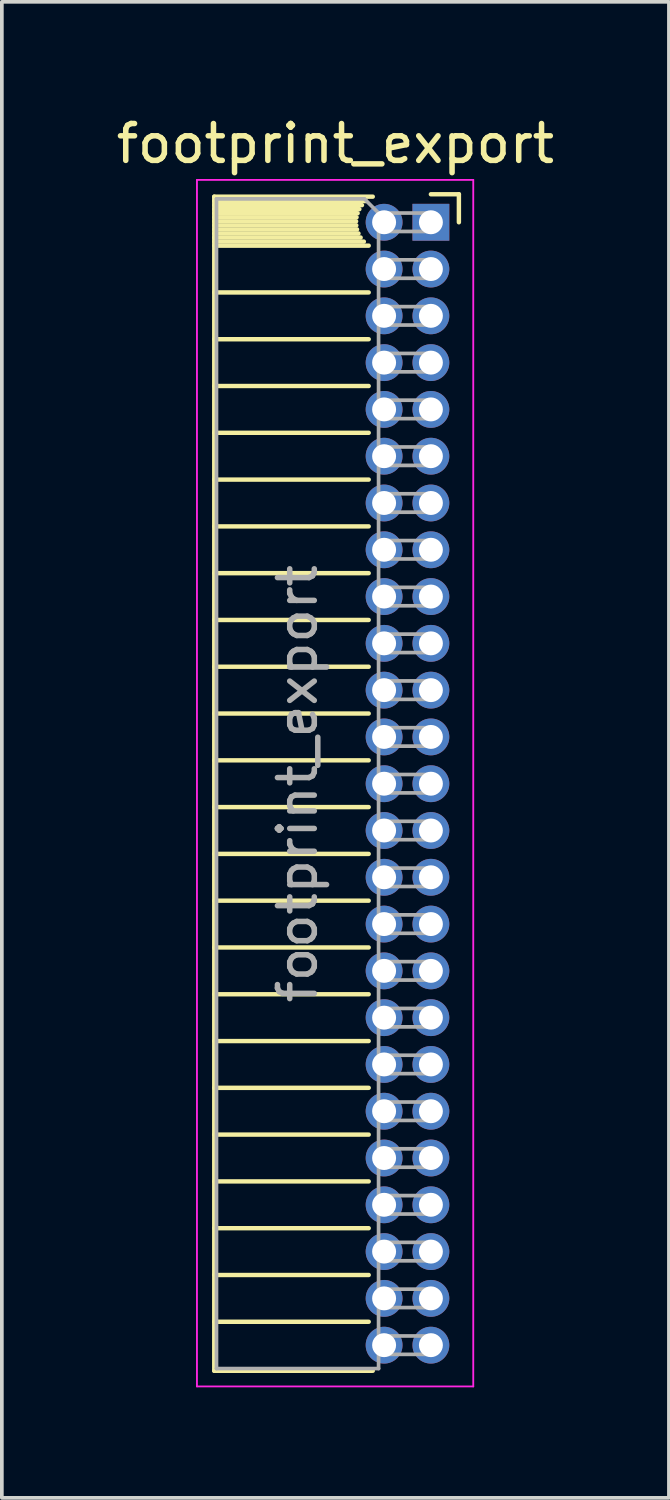
<source format=kicad_pcb>
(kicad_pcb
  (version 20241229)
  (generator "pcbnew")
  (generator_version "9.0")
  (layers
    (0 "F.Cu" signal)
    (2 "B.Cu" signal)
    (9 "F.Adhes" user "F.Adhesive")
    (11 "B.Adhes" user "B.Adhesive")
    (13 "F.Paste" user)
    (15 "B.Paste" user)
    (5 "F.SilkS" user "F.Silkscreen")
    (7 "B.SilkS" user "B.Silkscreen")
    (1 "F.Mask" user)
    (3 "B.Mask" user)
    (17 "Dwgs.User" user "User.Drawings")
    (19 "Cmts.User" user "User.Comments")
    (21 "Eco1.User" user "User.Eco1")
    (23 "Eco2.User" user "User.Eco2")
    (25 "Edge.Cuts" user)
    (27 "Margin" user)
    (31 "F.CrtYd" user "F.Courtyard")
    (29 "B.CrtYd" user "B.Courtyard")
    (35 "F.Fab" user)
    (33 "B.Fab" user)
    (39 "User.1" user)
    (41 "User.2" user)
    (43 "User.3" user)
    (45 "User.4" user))
  (footprint "footprint_export"
    (layer "F.Cu")
    (at 8.646 2.983)
    (property "Reference" "footprint_export" (at -2.592 -2.135 0) (layer "F.SilkS") (effects (font (size 1 1) (thickness 0.15))))
    (attr through_hole)
    (fp_line (start -5.88 -0.695) (end -5.88 31.175) (stroke (width 0.12) (type solid)) (layer "F.SilkS"))
    (fp_line (start -5.88 -0.695) (end -1.578 -0.695) (stroke (width 0.12) (type solid)) (layer "F.SilkS"))
    (fp_line (start -5.88 -0.575) (end -1.767 -0.575) (stroke (width 0.12) (type solid)) (layer "F.SilkS"))
    (fp_line (start -5.88 -0.465) (end -1.871 -0.465) (stroke (width 0.12) (type solid)) (layer "F.SilkS"))
    (fp_line (start -5.88 -0.355) (end -1.942 -0.355) (stroke (width 0.12) (type solid)) (layer "F.SilkS"))
    (fp_line (start -5.88 -0.245) (end -1.989 -0.245) (stroke (width 0.12) (type solid)) (layer "F.SilkS"))
    (fp_line (start -5.88 -0.135) (end -2.018 -0.135) (stroke (width 0.12) (type solid)) (layer "F.SilkS"))
    (fp_line (start -5.88 -0.025) (end -2.03 -0.025) (stroke (width 0.12) (type solid)) (layer "F.SilkS"))
    (fp_line (start -5.88 0.085) (end -2.025 0.085) (stroke (width 0.12) (type solid)) (layer "F.SilkS"))
    (fp_line (start -5.88 0.195) (end -2.005 0.195) (stroke (width 0.12) (type solid)) (layer "F.SilkS"))
    (fp_line (start -5.88 0.305) (end -1.966 0.305) (stroke (width 0.12) (type solid)) (layer "F.SilkS"))
    (fp_line (start -5.88 0.415) (end -1.907 0.415) (stroke (width 0.12) (type solid)) (layer "F.SilkS"))
    (fp_line (start -5.88 0.525) (end -1.82 0.525) (stroke (width 0.12) (type solid)) (layer "F.SilkS"))
    (fp_line (start -5.88 0.635) (end -1.688 0.635) (stroke (width 0.12) (type solid)) (layer "F.SilkS"))
    (fp_line (start -5.88 1.905) (end -1.688 1.905) (stroke (width 0.12) (type solid)) (layer "F.SilkS"))
    (fp_line (start -5.88 3.175) (end -1.688 3.175) (stroke (width 0.12) (type solid)) (layer "F.SilkS"))
    (fp_line (start -5.88 4.445) (end -1.688 4.445) (stroke (width 0.12) (type solid)) (layer "F.SilkS"))
    (fp_line (start -5.88 5.715) (end -1.688 5.715) (stroke (width 0.12) (type solid)) (layer "F.SilkS"))
    (fp_line (start -5.88 6.985) (end -1.688 6.985) (stroke (width 0.12) (type solid)) (layer "F.SilkS"))
    (fp_line (start -5.88 8.255) (end -1.688 8.255) (stroke (width 0.12) (type solid)) (layer "F.SilkS"))
    (fp_line (start -5.88 9.525) (end -1.688 9.525) (stroke (width 0.12) (type solid)) (layer "F.SilkS"))
    (fp_line (start -5.88 10.795) (end -1.688 10.795) (stroke (width 0.12) (type solid)) (layer "F.SilkS"))
    (fp_line (start -5.88 12.065) (end -1.688 12.065) (stroke (width 0.12) (type solid)) (layer "F.SilkS"))
    (fp_line (start -5.88 13.335) (end -1.688 13.335) (stroke (width 0.12) (type solid)) (layer "F.SilkS"))
    (fp_line (start -5.88 14.605) (end -1.688 14.605) (stroke (width 0.12) (type solid)) (layer "F.SilkS"))
    (fp_line (start -5.88 15.875) (end -1.688 15.875) (stroke (width 0.12) (type solid)) (layer "F.SilkS"))
    (fp_line (start -5.88 17.145) (end -1.688 17.145) (stroke (width 0.12) (type solid)) (layer "F.SilkS"))
    (fp_line (start -5.88 18.415) (end -1.688 18.415) (stroke (width 0.12) (type solid)) (layer "F.SilkS"))
    (fp_line (start -5.88 19.685) (end -1.688 19.685) (stroke (width 0.12) (type solid)) (layer "F.SilkS"))
    (fp_line (start -5.88 20.955) (end -1.688 20.955) (stroke (width 0.12) (type solid)) (layer "F.SilkS"))
    (fp_line (start -5.88 22.225) (end -1.688 22.225) (stroke (width 0.12) (type solid)) (layer "F.SilkS"))
    (fp_line (start -5.88 23.495) (end -1.688 23.495) (stroke (width 0.12) (type solid)) (layer "F.SilkS"))
    (fp_line (start -5.88 24.765) (end -1.688 24.765) (stroke (width 0.12) (type solid)) (layer "F.SilkS"))
    (fp_line (start -5.88 26.035) (end -1.688 26.035) (stroke (width 0.12) (type solid)) (layer "F.SilkS"))
    (fp_line (start -5.88 27.305) (end -1.688 27.305) (stroke (width 0.12) (type solid)) (layer "F.SilkS"))
    (fp_line (start -5.88 28.575) (end -1.688 28.575) (stroke (width 0.12) (type solid)) (layer "F.SilkS"))
    (fp_line (start -5.88 29.845) (end -1.688 29.845) (stroke (width 0.12) (type solid)) (layer "F.SilkS"))
    (fp_line (start -5.88 31.175) (end -1.578 31.175) (stroke (width 0.12) (type solid)) (layer "F.SilkS"))
    (fp_line (start 0 -0.76) (end 0.76 -0.76) (stroke (width 0.12) (type solid)) (layer "F.SilkS"))
    (fp_line (start 0.76 -0.76) (end 0.76 0) (stroke (width 0.12) (type solid)) (layer "F.SilkS"))
    (fp_line (start -6.35 -1.15) (end -6.35 31.6) (stroke (width 0.05) (type solid)) (layer "F.CrtYd"))
    (fp_line (start -6.35 31.6) (end 1.15 31.6) (stroke (width 0.05) (type solid)) (layer "F.CrtYd"))
    (fp_line (start 1.15 -1.15) (end -6.35 -1.15) (stroke (width 0.05) (type solid)) (layer "F.CrtYd"))
    (fp_line (start 1.15 31.6) (end 1.15 -1.15) (stroke (width 0.05) (type solid)) (layer "F.CrtYd"))
    (fp_line (start -5.82 -0.635) (end -1.805 -0.635) (stroke (width 0.1) (type solid)) (layer "F.Fab"))
    (fp_line (start -5.82 31.115) (end -5.82 -0.635) (stroke (width 0.1) (type solid)) (layer "F.Fab"))
    (fp_line (start -1.805 -0.635) (end -1.42 -0.25) (stroke (width 0.1) (type solid)) (layer "F.Fab"))
    (fp_line (start -1.42 -0.25) (end -1.42 31.115) (stroke (width 0.1) (type solid)) (layer "F.Fab"))
    (fp_line (start -1.42 0.25) (end 0 0.25) (stroke (width 0.1) (type solid)) (layer "F.Fab"))
    (fp_line (start -1.42 1.52) (end 0 1.52) (stroke (width 0.1) (type solid)) (layer "F.Fab"))
    (fp_line (start -1.42 2.79) (end 0 2.79) (stroke (width 0.1) (type solid)) (layer "F.Fab"))
    (fp_line (start -1.42 4.06) (end 0 4.06) (stroke (width 0.1) (type solid)) (layer "F.Fab"))
    (fp_line (start -1.42 5.33) (end 0 5.33) (stroke (width 0.1) (type solid)) (layer "F.Fab"))
    (fp_line (start -1.42 6.6) (end 0 6.6) (stroke (width 0.1) (type solid)) (layer "F.Fab"))
    (fp_line (start -1.42 7.87) (end 0 7.87) (stroke (width 0.1) (type solid)) (layer "F.Fab"))
    (fp_line (start -1.42 9.14) (end 0 9.14) (stroke (width 0.1) (type solid)) (layer "F.Fab"))
    (fp_line (start -1.42 10.41) (end 0 10.41) (stroke (width 0.1) (type solid)) (layer "F.Fab"))
    (fp_line (start -1.42 11.68) (end 0 11.68) (stroke (width 0.1) (type solid)) (layer "F.Fab"))
    (fp_line (start -1.42 12.95) (end 0 12.95) (stroke (width 0.1) (type solid)) (layer "F.Fab"))
    (fp_line (start -1.42 14.22) (end 0 14.22) (stroke (width 0.1) (type solid)) (layer "F.Fab"))
    (fp_line (start -1.42 15.49) (end 0 15.49) (stroke (width 0.1) (type solid)) (layer "F.Fab"))
    (fp_line (start -1.42 16.76) (end 0 16.76) (stroke (width 0.1) (type solid)) (layer "F.Fab"))
    (fp_line (start -1.42 18.03) (end 0 18.03) (stroke (width 0.1) (type solid)) (layer "F.Fab"))
    (fp_line (start -1.42 19.3) (end 0 19.3) (stroke (width 0.1) (type solid)) (layer "F.Fab"))
    (fp_line (start -1.42 20.57) (end 0 20.57) (stroke (width 0.1) (type solid)) (layer "F.Fab"))
    (fp_line (start -1.42 21.84) (end 0 21.84) (stroke (width 0.1) (type solid)) (layer "F.Fab"))
    (fp_line (start -1.42 23.11) (end 0 23.11) (stroke (width 0.1) (type solid)) (layer "F.Fab"))
    (fp_line (start -1.42 24.38) (end 0 24.38) (stroke (width 0.1) (type solid)) (layer "F.Fab"))
    (fp_line (start -1.42 25.65) (end 0 25.65) (stroke (width 0.1) (type solid)) (layer "F.Fab"))
    (fp_line (start -1.42 26.92) (end 0 26.92) (stroke (width 0.1) (type solid)) (layer "F.Fab"))
    (fp_line (start -1.42 28.19) (end 0 28.19) (stroke (width 0.1) (type solid)) (layer "F.Fab"))
    (fp_line (start -1.42 29.46) (end 0 29.46) (stroke (width 0.1) (type solid)) (layer "F.Fab"))
    (fp_line (start -1.42 30.73) (end 0 30.73) (stroke (width 0.1) (type solid)) (layer "F.Fab"))
    (fp_line (start -1.42 31.115) (end -5.82 31.115) (stroke (width 0.1) (type solid)) (layer "F.Fab"))
    (fp_line (start 0 -0.25) (end -1.42 -0.25) (stroke (width 0.1) (type solid)) (layer "F.Fab"))
    (fp_line (start 0 0.25) (end 0 -0.25) (stroke (width 0.1) (type solid)) (layer "F.Fab"))
    (fp_line (start 0 1.02) (end -1.42 1.02) (stroke (width 0.1) (type solid)) (layer "F.Fab"))
    (fp_line (start 0 1.52) (end 0 1.02) (stroke (width 0.1) (type solid)) (layer "F.Fab"))
    (fp_line (start 0 2.29) (end -1.42 2.29) (stroke (width 0.1) (type solid)) (layer "F.Fab"))
    (fp_line (start 0 2.79) (end 0 2.29) (stroke (width 0.1) (type solid)) (layer "F.Fab"))
    (fp_line (start 0 3.56) (end -1.42 3.56) (stroke (width 0.1) (type solid)) (layer "F.Fab"))
    (fp_line (start 0 4.06) (end 0 3.56) (stroke (width 0.1) (type solid)) (layer "F.Fab"))
    (fp_line (start 0 4.83) (end -1.42 4.83) (stroke (width 0.1) (type solid)) (layer "F.Fab"))
    (fp_line (start 0 5.33) (end 0 4.83) (stroke (width 0.1) (type solid)) (layer "F.Fab"))
    (fp_line (start 0 6.1) (end -1.42 6.1) (stroke (width 0.1) (type solid)) (layer "F.Fab"))
    (fp_line (start 0 6.6) (end 0 6.1) (stroke (width 0.1) (type solid)) (layer "F.Fab"))
    (fp_line (start 0 7.37) (end -1.42 7.37) (stroke (width 0.1) (type solid)) (layer "F.Fab"))
    (fp_line (start 0 7.87) (end 0 7.37) (stroke (width 0.1) (type solid)) (layer "F.Fab"))
    (fp_line (start 0 8.64) (end -1.42 8.64) (stroke (width 0.1) (type solid)) (layer "F.Fab"))
    (fp_line (start 0 9.14) (end 0 8.64) (stroke (width 0.1) (type solid)) (layer "F.Fab"))
    (fp_line (start 0 9.91) (end -1.42 9.91) (stroke (width 0.1) (type solid)) (layer "F.Fab"))
    (fp_line (start 0 10.41) (end 0 9.91) (stroke (width 0.1) (type solid)) (layer "F.Fab"))
    (fp_line (start 0 11.18) (end -1.42 11.18) (stroke (width 0.1) (type solid)) (layer "F.Fab"))
    (fp_line (start 0 11.68) (end 0 11.18) (stroke (width 0.1) (type solid)) (layer "F.Fab"))
    (fp_line (start 0 12.45) (end -1.42 12.45) (stroke (width 0.1) (type solid)) (layer "F.Fab"))
    (fp_line (start 0 12.95) (end 0 12.45) (stroke (width 0.1) (type solid)) (layer "F.Fab"))
    (fp_line (start 0 13.72) (end -1.42 13.72) (stroke (width 0.1) (type solid)) (layer "F.Fab"))
    (fp_line (start 0 14.22) (end 0 13.72) (stroke (width 0.1) (type solid)) (layer "F.Fab"))
    (fp_line (start 0 14.99) (end -1.42 14.99) (stroke (width 0.1) (type solid)) (layer "F.Fab"))
    (fp_line (start 0 15.49) (end 0 14.99) (stroke (width 0.1) (type solid)) (layer "F.Fab"))
    (fp_line (start 0 16.26) (end -1.42 16.26) (stroke (width 0.1) (type solid)) (layer "F.Fab"))
    (fp_line (start 0 16.76) (end 0 16.26) (stroke (width 0.1) (type solid)) (layer "F.Fab"))
    (fp_line (start 0 17.53) (end -1.42 17.53) (stroke (width 0.1) (type solid)) (layer "F.Fab"))
    (fp_line (start 0 18.03) (end 0 17.53) (stroke (width 0.1) (type solid)) (layer "F.Fab"))
    (fp_line (start 0 18.8) (end -1.42 18.8) (stroke (width 0.1) (type solid)) (layer "F.Fab"))
    (fp_line (start 0 19.3) (end 0 18.8) (stroke (width 0.1) (type solid)) (layer "F.Fab"))
    (fp_line (start 0 20.07) (end -1.42 20.07) (stroke (width 0.1) (type solid)) (layer "F.Fab"))
    (fp_line (start 0 20.57) (end 0 20.07) (stroke (width 0.1) (type solid)) (layer "F.Fab"))
    (fp_line (start 0 21.34) (end -1.42 21.34) (stroke (width 0.1) (type solid)) (layer "F.Fab"))
    (fp_line (start 0 21.84) (end 0 21.34) (stroke (width 0.1) (type solid)) (layer "F.Fab"))
    (fp_line (start 0 22.61) (end -1.42 22.61) (stroke (width 0.1) (type solid)) (layer "F.Fab"))
    (fp_line (start 0 23.11) (end 0 22.61) (stroke (width 0.1) (type solid)) (layer "F.Fab"))
    (fp_line (start 0 23.88) (end -1.42 23.88) (stroke (width 0.1) (type solid)) (layer "F.Fab"))
    (fp_line (start 0 24.38) (end 0 23.88) (stroke (width 0.1) (type solid)) (layer "F.Fab"))
    (fp_line (start 0 25.15) (end -1.42 25.15) (stroke (width 0.1) (type solid)) (layer "F.Fab"))
    (fp_line (start 0 25.65) (end 0 25.15) (stroke (width 0.1) (type solid)) (layer "F.Fab"))
    (fp_line (start 0 26.42) (end -1.42 26.42) (stroke (width 0.1) (type solid)) (layer "F.Fab"))
    (fp_line (start 0 26.92) (end 0 26.42) (stroke (width 0.1) (type solid)) (layer "F.Fab"))
    (fp_line (start 0 27.69) (end -1.42 27.69) (stroke (width 0.1) (type solid)) (layer "F.Fab"))
    (fp_line (start 0 28.19) (end 0 27.69) (stroke (width 0.1) (type solid)) (layer "F.Fab"))
    (fp_line (start 0 28.96) (end -1.42 28.96) (stroke (width 0.1) (type solid)) (layer "F.Fab"))
    (fp_line (start 0 29.46) (end 0 28.96) (stroke (width 0.1) (type solid)) (layer "F.Fab"))
    (fp_line (start 0 30.23) (end -1.42 30.23) (stroke (width 0.1) (type solid)) (layer "F.Fab"))
    (fp_line (start 0 30.73) (end 0 30.23) (stroke (width 0.1) (type solid)) (layer "F.Fab"))
    (fp_text user "${REFERENCE}" (at -3.62 15.24 90) (layer "F.Fab") (effects (font (size 1 1) (thickness 0.15))))
    (pad "1" thru_hole rect (at 0 0) (size 1 1) (drill 0.65) (layers "*.Cu" "*.Mask"))
    (pad "2" thru_hole oval (at -1.27 0) (size 1 1) (drill 0.65) (layers "*.Cu" "*.Mask"))
    (pad "3" thru_hole oval (at 0 1.27) (size 1 1) (drill 0.65) (layers "*.Cu" "*.Mask"))
    (pad "4" thru_hole oval (at -1.27 1.27) (size 1 1) (drill 0.65) (layers "*.Cu" "*.Mask"))
    (pad "5" thru_hole oval (at 0 2.54) (size 1 1) (drill 0.65) (layers "*.Cu" "*.Mask"))
    (pad "6" thru_hole oval (at -1.27 2.54) (size 1 1) (drill 0.65) (layers "*.Cu" "*.Mask"))
    (pad "7" thru_hole oval (at 0 3.81) (size 1 1) (drill 0.65) (layers "*.Cu" "*.Mask"))
    (pad "8" thru_hole oval (at -1.27 3.81) (size 1 1) (drill 0.65) (layers "*.Cu" "*.Mask"))
    (pad "9" thru_hole oval (at 0 5.08) (size 1 1) (drill 0.65) (layers "*.Cu" "*.Mask"))
    (pad "10" thru_hole oval (at -1.27 5.08) (size 1 1) (drill 0.65) (layers "*.Cu" "*.Mask"))
    (pad "11" thru_hole oval (at 0 6.35) (size 1 1) (drill 0.65) (layers "*.Cu" "*.Mask"))
    (pad "12" thru_hole oval (at -1.27 6.35) (size 1 1) (drill 0.65) (layers "*.Cu" "*.Mask"))
    (pad "13" thru_hole oval (at 0 7.62) (size 1 1) (drill 0.65) (layers "*.Cu" "*.Mask"))
    (pad "14" thru_hole oval (at -1.27 7.62) (size 1 1) (drill 0.65) (layers "*.Cu" "*.Mask"))
    (pad "15" thru_hole oval (at 0 8.89) (size 1 1) (drill 0.65) (layers "*.Cu" "*.Mask"))
    (pad "16" thru_hole oval (at -1.27 8.89) (size 1 1) (drill 0.65) (layers "*.Cu" "*.Mask"))
    (pad "17" thru_hole oval (at 0 10.16) (size 1 1) (drill 0.65) (layers "*.Cu" "*.Mask"))
    (pad "18" thru_hole oval (at -1.27 10.16) (size 1 1) (drill 0.65) (layers "*.Cu" "*.Mask"))
    (pad "19" thru_hole oval (at 0 11.43) (size 1 1) (drill 0.65) (layers "*.Cu" "*.Mask"))
    (pad "20" thru_hole oval (at -1.27 11.43) (size 1 1) (drill 0.65) (layers "*.Cu" "*.Mask"))
    (pad "21" thru_hole oval (at 0 12.7) (size 1 1) (drill 0.65) (layers "*.Cu" "*.Mask"))
    (pad "22" thru_hole oval (at -1.27 12.7) (size 1 1) (drill 0.65) (layers "*.Cu" "*.Mask"))
    (pad "23" thru_hole oval (at 0 13.97) (size 1 1) (drill 0.65) (layers "*.Cu" "*.Mask"))
    (pad "24" thru_hole oval (at -1.27 13.97) (size 1 1) (drill 0.65) (layers "*.Cu" "*.Mask"))
    (pad "25" thru_hole oval (at 0 15.24) (size 1 1) (drill 0.65) (layers "*.Cu" "*.Mask"))
    (pad "26" thru_hole oval (at -1.27 15.24) (size 1 1) (drill 0.65) (layers "*.Cu" "*.Mask"))
    (pad "27" thru_hole oval (at 0 16.51) (size 1 1) (drill 0.65) (layers "*.Cu" "*.Mask"))
    (pad "28" thru_hole oval (at -1.27 16.51) (size 1 1) (drill 0.65) (layers "*.Cu" "*.Mask"))
    (pad "29" thru_hole oval (at 0 17.78) (size 1 1) (drill 0.65) (layers "*.Cu" "*.Mask"))
    (pad "30" thru_hole oval (at -1.27 17.78) (size 1 1) (drill 0.65) (layers "*.Cu" "*.Mask"))
    (pad "31" thru_hole oval (at 0 19.05) (size 1 1) (drill 0.65) (layers "*.Cu" "*.Mask"))
    (pad "32" thru_hole oval (at -1.27 19.05) (size 1 1) (drill 0.65) (layers "*.Cu" "*.Mask"))
    (pad "33" thru_hole oval (at 0 20.32) (size 1 1) (drill 0.65) (layers "*.Cu" "*.Mask"))
    (pad "34" thru_hole oval (at -1.27 20.32) (size 1 1) (drill 0.65) (layers "*.Cu" "*.Mask"))
    (pad "35" thru_hole oval (at 0 21.59) (size 1 1) (drill 0.65) (layers "*.Cu" "*.Mask"))
    (pad "36" thru_hole oval (at -1.27 21.59) (size 1 1) (drill 0.65) (layers "*.Cu" "*.Mask"))
    (pad "37" thru_hole oval (at 0 22.86) (size 1 1) (drill 0.65) (layers "*.Cu" "*.Mask"))
    (pad "38" thru_hole oval (at -1.27 22.86) (size 1 1) (drill 0.65) (layers "*.Cu" "*.Mask"))
    (pad "39" thru_hole oval (at 0 24.13) (size 1 1) (drill 0.65) (layers "*.Cu" "*.Mask"))
    (pad "40" thru_hole oval (at -1.27 24.13) (size 1 1) (drill 0.65) (layers "*.Cu" "*.Mask"))
    (pad "41" thru_hole oval (at 0 25.4) (size 1 1) (drill 0.65) (layers "*.Cu" "*.Mask"))
    (pad "42" thru_hole oval (at -1.27 25.4) (size 1 1) (drill 0.65) (layers "*.Cu" "*.Mask"))
    (pad "43" thru_hole oval (at 0 26.67) (size 1 1) (drill 0.65) (layers "*.Cu" "*.Mask"))
    (pad "44" thru_hole oval (at -1.27 26.67) (size 1 1) (drill 0.65) (layers "*.Cu" "*.Mask"))
    (pad "45" thru_hole oval (at 0 27.94) (size 1 1) (drill 0.65) (layers "*.Cu" "*.Mask"))
    (pad "46" thru_hole oval (at -1.27 27.94) (size 1 1) (drill 0.65) (layers "*.Cu" "*.Mask"))
    (pad "47" thru_hole oval (at 0 29.21) (size 1 1) (drill 0.65) (layers "*.Cu" "*.Mask"))
    (pad "48" thru_hole oval (at -1.27 29.21) (size 1 1) (drill 0.65) (layers "*.Cu" "*.Mask"))
    (pad "49" thru_hole oval (at 0 30.48) (size 1 1) (drill 0.65) (layers "*.Cu" "*.Mask"))
    (pad "50" thru_hole oval (at -1.27 30.48) (size 1 1) (drill 0.65) (layers "*.Cu" "*.Mask")))
  (gr_rect
    (start -3 -3)
    (end 15.107 37.608)
    (stroke (width 0.1) (type default))
    (fill no)
    (layer "Edge.Cuts")))
</source>
